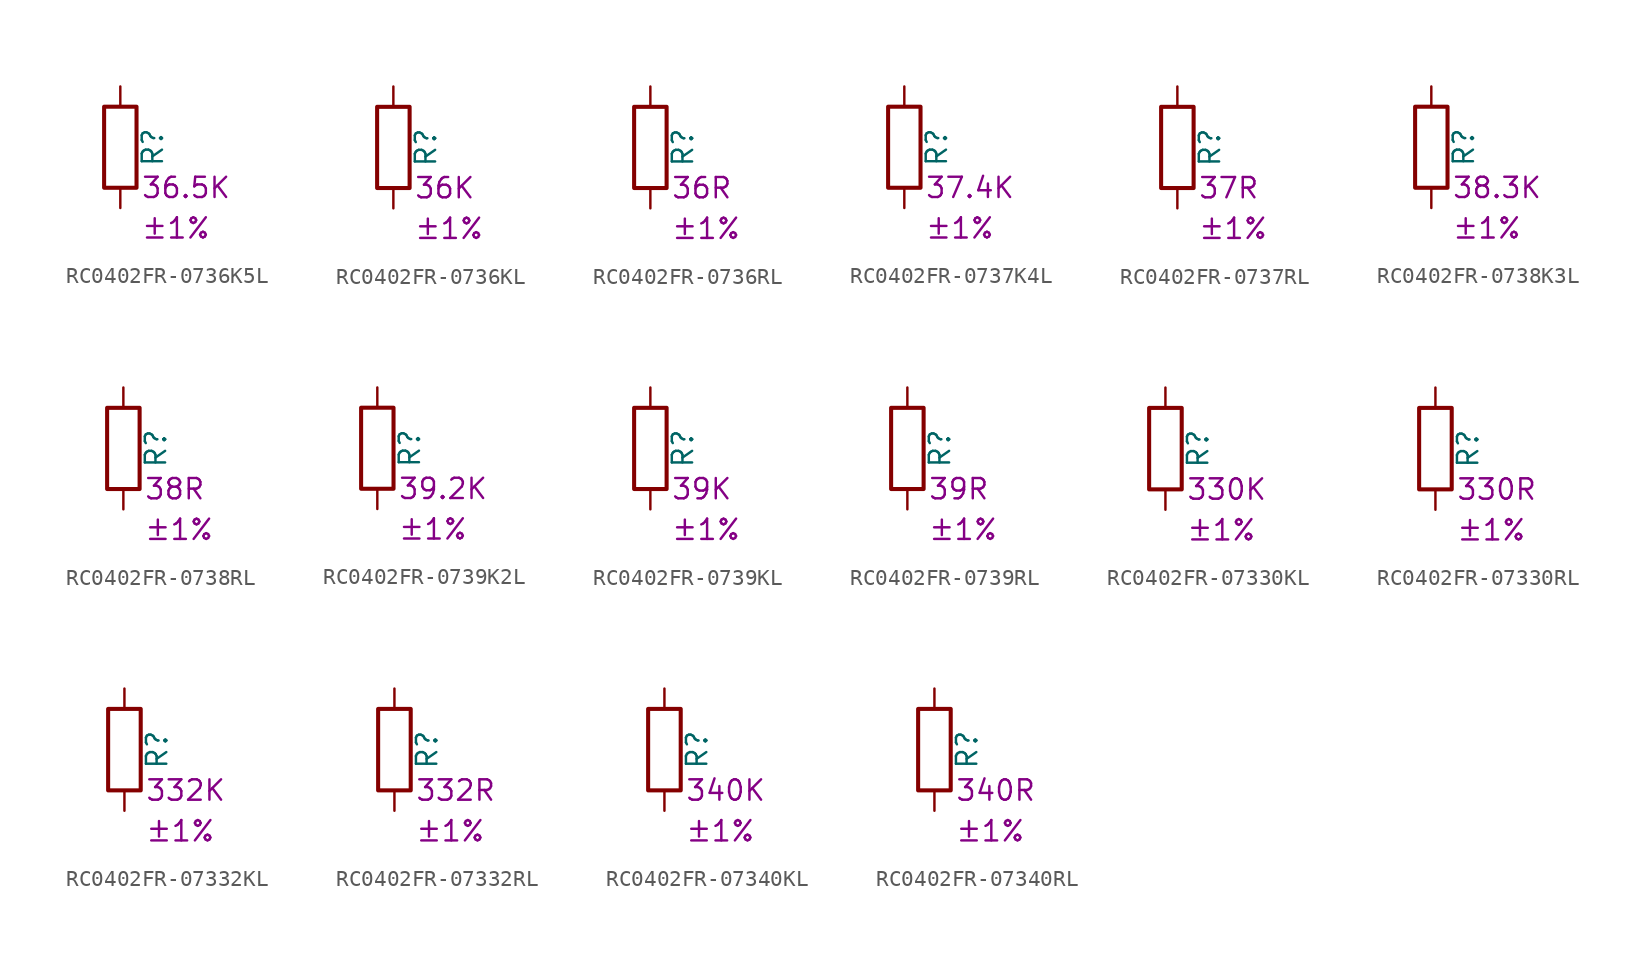
<source format=kicad_sym>
(kicad_symbol_lib
  (version 20220914)
  (generator kicad_symbol_editor)
  (symbol "RC0402FR-0736K5L"
    (pin_numbers hide)
    (pin_names
      (offset 0))
    (property "Reference" "R"
      (at 2.032 0 90)
      (effects (font (size 1.27 1.27))))
    (property "Resistance" "36.5K"
      (at 1.27 -2.54 0)
      (effects (font (size 1.27 1.27)) (justify left)))
    (property "Tolerance" "±1%"
      (at 1.27 -5.08 0)
      (effects (font (size 1.27 1.27)) (justify left)))
    (symbol "RC0402FR-0736K5L_0_1"
      (rectangle (start -1.016 -2.54) (end 1.016 2.54) (stroke (width 0.254) (type default)) (fill (type none))))
    (symbol "RC0402FR-0736K5L_1_1"
      (pin passive line (at 0 3.81 270) (length 1.27) (name "~" (effects (font (size 1.27 1.27)))) (number "1" (effects (font (size 1.27 1.27)))))
      (pin passive line (at 0 -3.81 90) (length 1.27) (name "~" (effects (font (size 1.27 1.27)))) (number "2" (effects (font (size 1.27 1.27)))))))
  (symbol "RC0402FR-0736KL"
    (pin_numbers hide)
    (pin_names
      (offset 0))
    (property "Reference" "R"
      (at 2.032 0 90)
      (effects (font (size 1.27 1.27))))
    (property "Resistance" "36K"
      (at 1.27 -2.54 0)
      (effects (font (size 1.27 1.27)) (justify left)))
    (property "Tolerance" "±1%"
      (at 1.27 -5.08 0)
      (effects (font (size 1.27 1.27)) (justify left)))
    (symbol "RC0402FR-0736KL_0_1"
      (rectangle (start -1.016 -2.54) (end 1.016 2.54) (stroke (width 0.254) (type default)) (fill (type none))))
    (symbol "RC0402FR-0736KL_1_1"
      (pin passive line (at 0 3.81 270) (length 1.27) (name "~" (effects (font (size 1.27 1.27)))) (number "1" (effects (font (size 1.27 1.27)))))
      (pin passive line (at 0 -3.81 90) (length 1.27) (name "~" (effects (font (size 1.27 1.27)))) (number "2" (effects (font (size 1.27 1.27)))))))
  (symbol "RC0402FR-0736RL"
    (pin_numbers hide)
    (pin_names
      (offset 0))
    (property "Reference" "R"
      (at 2.032 0 90)
      (effects (font (size 1.27 1.27))))
    (property "Resistance" "36R"
      (at 1.27 -2.54 0)
      (effects (font (size 1.27 1.27)) (justify left)))
    (property "Tolerance" "±1%"
      (at 1.27 -5.08 0)
      (effects (font (size 1.27 1.27)) (justify left)))
    (symbol "RC0402FR-0736RL_0_1"
      (rectangle (start -1.016 -2.54) (end 1.016 2.54) (stroke (width 0.254) (type default)) (fill (type none))))
    (symbol "RC0402FR-0736RL_1_1"
      (pin passive line (at 0 3.81 270) (length 1.27) (name "~" (effects (font (size 1.27 1.27)))) (number "1" (effects (font (size 1.27 1.27)))))
      (pin passive line (at 0 -3.81 90) (length 1.27) (name "~" (effects (font (size 1.27 1.27)))) (number "2" (effects (font (size 1.27 1.27)))))))
  (symbol "RC0402FR-0737K4L"
    (pin_numbers hide)
    (pin_names
      (offset 0))
    (property "Reference" "R"
      (at 2.032 0 90)
      (effects (font (size 1.27 1.27))))
    (property "Resistance" "37.4K"
      (at 1.27 -2.54 0)
      (effects (font (size 1.27 1.27)) (justify left)))
    (property "Tolerance" "±1%"
      (at 1.27 -5.08 0)
      (effects (font (size 1.27 1.27)) (justify left)))
    (symbol "RC0402FR-0737K4L_0_1"
      (rectangle (start -1.016 -2.54) (end 1.016 2.54) (stroke (width 0.254) (type default)) (fill (type none))))
    (symbol "RC0402FR-0737K4L_1_1"
      (pin passive line (at 0 3.81 270) (length 1.27) (name "~" (effects (font (size 1.27 1.27)))) (number "1" (effects (font (size 1.27 1.27)))))
      (pin passive line (at 0 -3.81 90) (length 1.27) (name "~" (effects (font (size 1.27 1.27)))) (number "2" (effects (font (size 1.27 1.27)))))))
  (symbol "RC0402FR-0737RL"
    (pin_numbers hide)
    (pin_names
      (offset 0))
    (property "Reference" "R"
      (at 2.032 0 90)
      (effects (font (size 1.27 1.27))))
    (property "Resistance" "37R"
      (at 1.27 -2.54 0)
      (effects (font (size 1.27 1.27)) (justify left)))
    (property "Tolerance" "±1%"
      (at 1.27 -5.08 0)
      (effects (font (size 1.27 1.27)) (justify left)))
    (symbol "RC0402FR-0737RL_0_1"
      (rectangle (start -1.016 -2.54) (end 1.016 2.54) (stroke (width 0.254) (type default)) (fill (type none))))
    (symbol "RC0402FR-0737RL_1_1"
      (pin passive line (at 0 3.81 270) (length 1.27) (name "~" (effects (font (size 1.27 1.27)))) (number "1" (effects (font (size 1.27 1.27)))))
      (pin passive line (at 0 -3.81 90) (length 1.27) (name "~" (effects (font (size 1.27 1.27)))) (number "2" (effects (font (size 1.27 1.27)))))))
  (symbol "RC0402FR-0738K3L"
    (pin_numbers hide)
    (pin_names
      (offset 0))
    (property "Reference" "R"
      (at 2.032 0 90)
      (effects (font (size 1.27 1.27))))
    (property "Resistance" "38.3K"
      (at 1.27 -2.54 0)
      (effects (font (size 1.27 1.27)) (justify left)))
    (property "Tolerance" "±1%"
      (at 1.27 -5.08 0)
      (effects (font (size 1.27 1.27)) (justify left)))
    (symbol "RC0402FR-0738K3L_0_1"
      (rectangle (start -1.016 -2.54) (end 1.016 2.54) (stroke (width 0.254) (type default)) (fill (type none))))
    (symbol "RC0402FR-0738K3L_1_1"
      (pin passive line (at 0 3.81 270) (length 1.27) (name "~" (effects (font (size 1.27 1.27)))) (number "1" (effects (font (size 1.27 1.27)))))
      (pin passive line (at 0 -3.81 90) (length 1.27) (name "~" (effects (font (size 1.27 1.27)))) (number "2" (effects (font (size 1.27 1.27)))))))
  (symbol "RC0402FR-0738RL"
    (pin_numbers hide)
    (pin_names
      (offset 0))
    (property "Reference" "R"
      (at 2.032 0 90)
      (effects (font (size 1.27 1.27))))
    (property "Resistance" "38R"
      (at 1.27 -2.54 0)
      (effects (font (size 1.27 1.27)) (justify left)))
    (property "Tolerance" "±1%"
      (at 1.27 -5.08 0)
      (effects (font (size 1.27 1.27)) (justify left)))
    (symbol "RC0402FR-0738RL_0_1"
      (rectangle (start -1.016 -2.54) (end 1.016 2.54) (stroke (width 0.254) (type default)) (fill (type none))))
    (symbol "RC0402FR-0738RL_1_1"
      (pin passive line (at 0 3.81 270) (length 1.27) (name "~" (effects (font (size 1.27 1.27)))) (number "1" (effects (font (size 1.27 1.27)))))
      (pin passive line (at 0 -3.81 90) (length 1.27) (name "~" (effects (font (size 1.27 1.27)))) (number "2" (effects (font (size 1.27 1.27)))))))
  (symbol "RC0402FR-0739K2L"
    (pin_numbers hide)
    (pin_names
      (offset 0))
    (property "Reference" "R"
      (at 2.032 0 90)
      (effects (font (size 1.27 1.27))))
    (property "Resistance" "39.2K"
      (at 1.27 -2.54 0)
      (effects (font (size 1.27 1.27)) (justify left)))
    (property "Tolerance" "±1%"
      (at 1.27 -5.08 0)
      (effects (font (size 1.27 1.27)) (justify left)))
    (symbol "RC0402FR-0739K2L_0_1"
      (rectangle (start -1.016 -2.54) (end 1.016 2.54) (stroke (width 0.254) (type default)) (fill (type none))))
    (symbol "RC0402FR-0739K2L_1_1"
      (pin passive line (at 0 3.81 270) (length 1.27) (name "~" (effects (font (size 1.27 1.27)))) (number "1" (effects (font (size 1.27 1.27)))))
      (pin passive line (at 0 -3.81 90) (length 1.27) (name "~" (effects (font (size 1.27 1.27)))) (number "2" (effects (font (size 1.27 1.27)))))))
  (symbol "RC0402FR-0739KL"
    (pin_numbers hide)
    (pin_names
      (offset 0))
    (property "Reference" "R"
      (at 2.032 0 90)
      (effects (font (size 1.27 1.27))))
    (property "Resistance" "39K"
      (at 1.27 -2.54 0)
      (effects (font (size 1.27 1.27)) (justify left)))
    (property "Tolerance" "±1%"
      (at 1.27 -5.08 0)
      (effects (font (size 1.27 1.27)) (justify left)))
    (symbol "RC0402FR-0739KL_0_1"
      (rectangle (start -1.016 -2.54) (end 1.016 2.54) (stroke (width 0.254) (type default)) (fill (type none))))
    (symbol "RC0402FR-0739KL_1_1"
      (pin passive line (at 0 3.81 270) (length 1.27) (name "~" (effects (font (size 1.27 1.27)))) (number "1" (effects (font (size 1.27 1.27)))))
      (pin passive line (at 0 -3.81 90) (length 1.27) (name "~" (effects (font (size 1.27 1.27)))) (number "2" (effects (font (size 1.27 1.27)))))))
  (symbol "RC0402FR-0739RL"
    (pin_numbers hide)
    (pin_names
      (offset 0))
    (property "Reference" "R"
      (at 2.032 0 90)
      (effects (font (size 1.27 1.27))))
    (property "Resistance" "39R"
      (at 1.27 -2.54 0)
      (effects (font (size 1.27 1.27)) (justify left)))
    (property "Tolerance" "±1%"
      (at 1.27 -5.08 0)
      (effects (font (size 1.27 1.27)) (justify left)))
    (symbol "RC0402FR-0739RL_0_1"
      (rectangle (start -1.016 -2.54) (end 1.016 2.54) (stroke (width 0.254) (type default)) (fill (type none))))
    (symbol "RC0402FR-0739RL_1_1"
      (pin passive line (at 0 3.81 270) (length 1.27) (name "~" (effects (font (size 1.27 1.27)))) (number "1" (effects (font (size 1.27 1.27)))))
      (pin passive line (at 0 -3.81 90) (length 1.27) (name "~" (effects (font (size 1.27 1.27)))) (number "2" (effects (font (size 1.27 1.27)))))))
  (symbol "RC0402FR-07330KL"
    (pin_numbers hide)
    (pin_names
      (offset 0))
    (property "Reference" "R"
      (at 2.032 0 90)
      (effects (font (size 1.27 1.27))))
    (property "Resistance" "330K"
      (at 1.27 -2.54 0)
      (effects (font (size 1.27 1.27)) (justify left)))
    (property "Tolerance" "±1%"
      (at 1.27 -5.08 0)
      (effects (font (size 1.27 1.27)) (justify left)))
    (symbol "RC0402FR-07330KL_0_1"
      (rectangle (start -1.016 -2.54) (end 1.016 2.54) (stroke (width 0.254) (type default)) (fill (type none))))
    (symbol "RC0402FR-07330KL_1_1"
      (pin passive line (at 0 3.81 270) (length 1.27) (name "~" (effects (font (size 1.27 1.27)))) (number "1" (effects (font (size 1.27 1.27)))))
      (pin passive line (at 0 -3.81 90) (length 1.27) (name "~" (effects (font (size 1.27 1.27)))) (number "2" (effects (font (size 1.27 1.27)))))))
  (symbol "RC0402FR-07330RL"
    (pin_numbers hide)
    (pin_names
      (offset 0))
    (property "Reference" "R"
      (at 2.032 0 90)
      (effects (font (size 1.27 1.27))))
    (property "Resistance" "330R"
      (at 1.27 -2.54 0)
      (effects (font (size 1.27 1.27)) (justify left)))
    (property "Tolerance" "±1%"
      (at 1.27 -5.08 0)
      (effects (font (size 1.27 1.27)) (justify left)))
    (symbol "RC0402FR-07330RL_0_1"
      (rectangle (start -1.016 -2.54) (end 1.016 2.54) (stroke (width 0.254) (type default)) (fill (type none))))
    (symbol "RC0402FR-07330RL_1_1"
      (pin passive line (at 0 3.81 270) (length 1.27) (name "~" (effects (font (size 1.27 1.27)))) (number "1" (effects (font (size 1.27 1.27)))))
      (pin passive line (at 0 -3.81 90) (length 1.27) (name "~" (effects (font (size 1.27 1.27)))) (number "2" (effects (font (size 1.27 1.27)))))))
  (symbol "RC0402FR-07332KL"
    (pin_numbers hide)
    (pin_names
      (offset 0))
    (property "Reference" "R"
      (at 2.032 0 90)
      (effects (font (size 1.27 1.27))))
    (property "Resistance" "332K"
      (at 1.27 -2.54 0)
      (effects (font (size 1.27 1.27)) (justify left)))
    (property "Tolerance" "±1%"
      (at 1.27 -5.08 0)
      (effects (font (size 1.27 1.27)) (justify left)))
    (symbol "RC0402FR-07332KL_0_1"
      (rectangle (start -1.016 -2.54) (end 1.016 2.54) (stroke (width 0.254) (type default)) (fill (type none))))
    (symbol "RC0402FR-07332KL_1_1"
      (pin passive line (at 0 3.81 270) (length 1.27) (name "~" (effects (font (size 1.27 1.27)))) (number "1" (effects (font (size 1.27 1.27)))))
      (pin passive line (at 0 -3.81 90) (length 1.27) (name "~" (effects (font (size 1.27 1.27)))) (number "2" (effects (font (size 1.27 1.27)))))))
  (symbol "RC0402FR-07332RL"
    (pin_numbers hide)
    (pin_names
      (offset 0))
    (property "Reference" "R"
      (at 2.032 0 90)
      (effects (font (size 1.27 1.27))))
    (property "Resistance" "332R"
      (at 1.27 -2.54 0)
      (effects (font (size 1.27 1.27)) (justify left)))
    (property "Tolerance" "±1%"
      (at 1.27 -5.08 0)
      (effects (font (size 1.27 1.27)) (justify left)))
    (symbol "RC0402FR-07332RL_0_1"
      (rectangle (start -1.016 -2.54) (end 1.016 2.54) (stroke (width 0.254) (type default)) (fill (type none))))
    (symbol "RC0402FR-07332RL_1_1"
      (pin passive line (at 0 3.81 270) (length 1.27) (name "~" (effects (font (size 1.27 1.27)))) (number "1" (effects (font (size 1.27 1.27)))))
      (pin passive line (at 0 -3.81 90) (length 1.27) (name "~" (effects (font (size 1.27 1.27)))) (number "2" (effects (font (size 1.27 1.27)))))))
  (symbol "RC0402FR-07340KL"
    (pin_numbers hide)
    (pin_names
      (offset 0))
    (property "Reference" "R"
      (at 2.032 0 90)
      (effects (font (size 1.27 1.27))))
    (property "Resistance" "340K"
      (at 1.27 -2.54 0)
      (effects (font (size 1.27 1.27)) (justify left)))
    (property "Tolerance" "±1%"
      (at 1.27 -5.08 0)
      (effects (font (size 1.27 1.27)) (justify left)))
    (symbol "RC0402FR-07340KL_0_1"
      (rectangle (start -1.016 -2.54) (end 1.016 2.54) (stroke (width 0.254) (type default)) (fill (type none))))
    (symbol "RC0402FR-07340KL_1_1"
      (pin passive line (at 0 3.81 270) (length 1.27) (name "~" (effects (font (size 1.27 1.27)))) (number "1" (effects (font (size 1.27 1.27)))))
      (pin passive line (at 0 -3.81 90) (length 1.27) (name "~" (effects (font (size 1.27 1.27)))) (number "2" (effects (font (size 1.27 1.27)))))))
  (symbol "RC0402FR-07340RL"
    (pin_numbers hide)
    (pin_names
      (offset 0))
    (property "Reference" "R"
      (at 2.032 0 90)
      (effects (font (size 1.27 1.27))))
    (property "Resistance" "340R"
      (at 1.27 -2.54 0)
      (effects (font (size 1.27 1.27)) (justify left)))
    (property "Tolerance" "±1%"
      (at 1.27 -5.08 0)
      (effects (font (size 1.27 1.27)) (justify left)))
    (symbol "RC0402FR-07340RL_0_1"
      (rectangle (start -1.016 -2.54) (end 1.016 2.54) (stroke (width 0.254) (type default)) (fill (type none))))
    (symbol "RC0402FR-07340RL_1_1"
      (pin passive line (at 0 3.81 270) (length 1.27) (name "~" (effects (font (size 1.27 1.27)))) (number "1" (effects (font (size 1.27 1.27)))))
      (pin passive line (at 0 -3.81 90) (length 1.27) (name "~" (effects (font (size 1.27 1.27)))) (number "2" (effects (font (size 1.27 1.27))))))))
</source>
